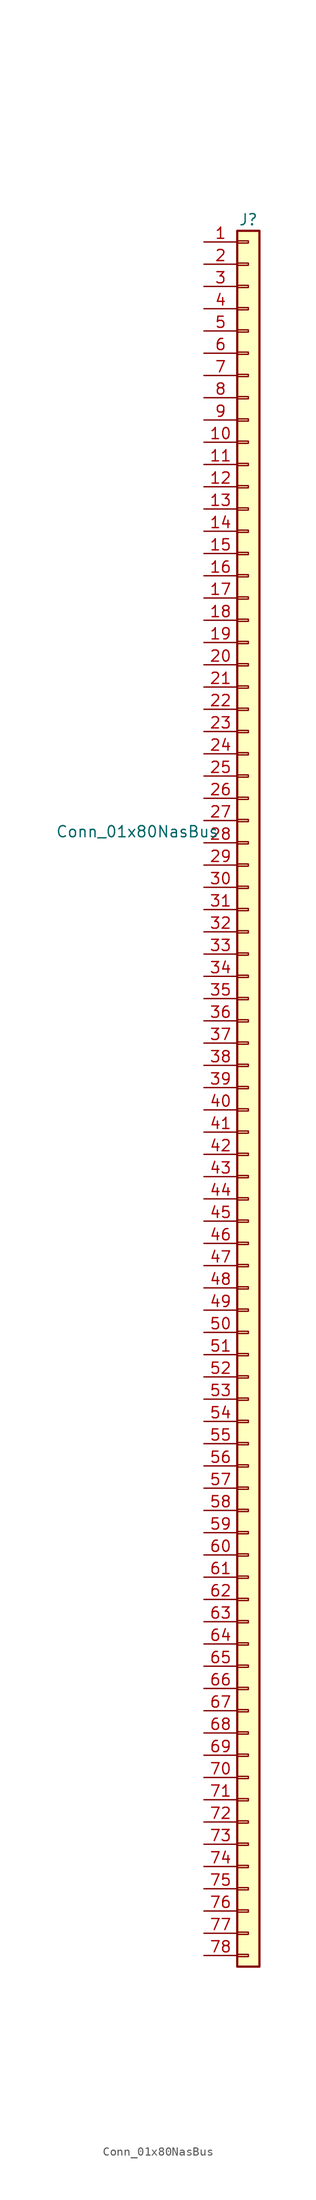
<source format=kicad_sym>
(kicad_symbol_lib
  (version 20241209)
  (generator "kicad_symbol_editor")
  (generator_version "9.0")
  (symbol "Conn_01x80NasBus"
    (pin_names
      (offset 1.016)
      (hide yes))
    (property "Reference" "J"
      (at 5.08 101.6 0)
      (effects (font (size 1.27 1.27))))
    (property "Value" "Conn_01x80NasBus"
      (at -7.62 31.75 0)
      (effects (font (size 1.27 1.27))))
    (symbol "Conn_01x80NasBus_1_1"
      (rectangle (start 3.81 100.33) (end 6.35 -97.79) (stroke (width 0.254) (type default)) (fill (type background)))
      (rectangle (start 3.81 99.187) (end 5.08 98.933) (stroke (width 0.152) (type default)) (fill (type none)))
      (rectangle (start 3.81 96.647) (end 5.08 96.393) (stroke (width 0.152) (type default)) (fill (type none)))
      (rectangle (start 3.81 94.107) (end 5.08 93.853) (stroke (width 0.152) (type default)) (fill (type none)))
      (rectangle (start 3.81 91.567) (end 5.08 91.313) (stroke (width 0.152) (type default)) (fill (type none)))
      (rectangle (start 3.81 89.027) (end 5.08 88.773) (stroke (width 0.152) (type default)) (fill (type none)))
      (rectangle (start 3.81 86.487) (end 5.08 86.233) (stroke (width 0.152) (type default)) (fill (type none)))
      (rectangle (start 3.81 83.947) (end 5.08 83.693) (stroke (width 0.152) (type default)) (fill (type none)))
      (rectangle (start 3.81 81.407) (end 5.08 81.153) (stroke (width 0.152) (type default)) (fill (type none)))
      (rectangle (start 3.81 78.867) (end 5.08 78.613) (stroke (width 0.152) (type default)) (fill (type none)))
      (rectangle (start 3.81 76.327) (end 5.08 76.073) (stroke (width 0.152) (type default)) (fill (type none)))
      (rectangle (start 3.81 73.787) (end 5.08 73.533) (stroke (width 0.152) (type default)) (fill (type none)))
      (rectangle (start 3.81 71.247) (end 5.08 70.993) (stroke (width 0.152) (type default)) (fill (type none)))
      (rectangle (start 3.81 68.707) (end 5.08 68.453) (stroke (width 0.152) (type default)) (fill (type none)))
      (rectangle (start 3.81 66.167) (end 5.08 65.913) (stroke (width 0.152) (type default)) (fill (type none)))
      (rectangle (start 3.81 63.627) (end 5.08 63.373) (stroke (width 0.152) (type default)) (fill (type none)))
      (rectangle (start 3.81 61.087) (end 5.08 60.833) (stroke (width 0.152) (type default)) (fill (type none)))
      (rectangle (start 3.81 58.547) (end 5.08 58.293) (stroke (width 0.152) (type default)) (fill (type none)))
      (rectangle (start 3.81 56.007) (end 5.08 55.753) (stroke (width 0.152) (type default)) (fill (type none)))
      (rectangle (start 3.81 53.467) (end 5.08 53.213) (stroke (width 0.152) (type default)) (fill (type none)))
      (rectangle (start 3.81 50.927) (end 5.08 50.673) (stroke (width 0.152) (type default)) (fill (type none)))
      (rectangle (start 3.81 48.387) (end 5.08 48.133) (stroke (width 0.152) (type default)) (fill (type none)))
      (rectangle (start 3.81 45.847) (end 5.08 45.593) (stroke (width 0.152) (type default)) (fill (type none)))
      (rectangle (start 3.81 43.307) (end 5.08 43.053) (stroke (width 0.152) (type default)) (fill (type none)))
      (rectangle (start 3.81 40.767) (end 5.08 40.513) (stroke (width 0.152) (type default)) (fill (type none)))
      (rectangle (start 3.81 38.227) (end 5.08 37.973) (stroke (width 0.152) (type default)) (fill (type none)))
      (rectangle (start 3.81 35.687) (end 5.08 35.433) (stroke (width 0.152) (type default)) (fill (type none)))
      (rectangle (start 3.81 33.147) (end 5.08 32.893) (stroke (width 0.152) (type default)) (fill (type none)))
      (rectangle (start 3.81 30.607) (end 5.08 30.353) (stroke (width 0.152) (type default)) (fill (type none)))
      (rectangle (start 3.81 28.067) (end 5.08 27.813) (stroke (width 0.152) (type default)) (fill (type none)))
      (rectangle (start 3.81 25.527) (end 5.08 25.273) (stroke (width 0.152) (type default)) (fill (type none)))
      (rectangle (start 3.81 22.987) (end 5.08 22.733) (stroke (width 0.152) (type default)) (fill (type none)))
      (rectangle (start 3.81 20.447) (end 5.08 20.193) (stroke (width 0.152) (type default)) (fill (type none)))
      (rectangle (start 3.81 17.907) (end 5.08 17.653) (stroke (width 0.152) (type default)) (fill (type none)))
      (rectangle (start 3.81 15.367) (end 5.08 15.113) (stroke (width 0.152) (type default)) (fill (type none)))
      (rectangle (start 3.81 12.827) (end 5.08 12.573) (stroke (width 0.152) (type default)) (fill (type none)))
      (rectangle (start 3.81 10.287) (end 5.08 10.033) (stroke (width 0.152) (type default)) (fill (type none)))
      (rectangle (start 3.81 7.747) (end 5.08 7.493) (stroke (width 0.152) (type default)) (fill (type none)))
      (rectangle (start 3.81 5.207) (end 5.08 4.953) (stroke (width 0.152) (type default)) (fill (type none)))
      (rectangle (start 3.81 2.667) (end 5.08 2.413) (stroke (width 0.152) (type default)) (fill (type none)))
      (rectangle (start 3.81 0.127) (end 5.08 -0.127) (stroke (width 0.152) (type default)) (fill (type none)))
      (rectangle (start 3.81 -2.413) (end 5.08 -2.667) (stroke (width 0.152) (type default)) (fill (type none)))
      (rectangle (start 3.81 -4.953) (end 5.08 -5.207) (stroke (width 0.152) (type default)) (fill (type none)))
      (rectangle (start 3.81 -7.493) (end 5.08 -7.747) (stroke (width 0.152) (type default)) (fill (type none)))
      (rectangle (start 3.81 -10.033) (end 5.08 -10.287) (stroke (width 0.152) (type default)) (fill (type none)))
      (rectangle (start 3.81 -12.573) (end 5.08 -12.827) (stroke (width 0.152) (type default)) (fill (type none)))
      (rectangle (start 3.81 -15.113) (end 5.08 -15.367) (stroke (width 0.152) (type default)) (fill (type none)))
      (rectangle (start 3.81 -17.653) (end 5.08 -17.907) (stroke (width 0.152) (type default)) (fill (type none)))
      (rectangle (start 3.81 -20.193) (end 5.08 -20.447) (stroke (width 0.152) (type default)) (fill (type none)))
      (rectangle (start 3.81 -22.733) (end 5.08 -22.987) (stroke (width 0.152) (type default)) (fill (type none)))
      (rectangle (start 3.81 -25.273) (end 5.08 -25.527) (stroke (width 0.152) (type default)) (fill (type none)))
      (rectangle (start 3.81 -27.813) (end 5.08 -28.067) (stroke (width 0.152) (type default)) (fill (type none)))
      (rectangle (start 3.81 -30.353) (end 5.08 -30.607) (stroke (width 0.152) (type default)) (fill (type none)))
      (rectangle (start 3.81 -32.893) (end 5.08 -33.147) (stroke (width 0.152) (type default)) (fill (type none)))
      (rectangle (start 3.81 -35.433) (end 5.08 -35.687) (stroke (width 0.152) (type default)) (fill (type none)))
      (rectangle (start 3.81 -37.973) (end 5.08 -38.227) (stroke (width 0.152) (type default)) (fill (type none)))
      (rectangle (start 3.81 -40.513) (end 5.08 -40.767) (stroke (width 0.152) (type default)) (fill (type none)))
      (rectangle (start 3.81 -43.053) (end 5.08 -43.307) (stroke (width 0.152) (type default)) (fill (type none)))
      (rectangle (start 3.81 -45.593) (end 5.08 -45.847) (stroke (width 0.152) (type default)) (fill (type none)))
      (rectangle (start 3.81 -48.133) (end 5.08 -48.387) (stroke (width 0.152) (type default)) (fill (type none)))
      (rectangle (start 3.81 -50.673) (end 5.08 -50.927) (stroke (width 0.152) (type default)) (fill (type none)))
      (rectangle (start 3.81 -53.213) (end 5.08 -53.467) (stroke (width 0.152) (type default)) (fill (type none)))
      (rectangle (start 3.81 -55.753) (end 5.08 -56.007) (stroke (width 0.152) (type default)) (fill (type none)))
      (rectangle (start 3.81 -58.293) (end 5.08 -58.547) (stroke (width 0.152) (type default)) (fill (type none)))
      (rectangle (start 3.81 -60.833) (end 5.08 -61.087) (stroke (width 0.152) (type default)) (fill (type none)))
      (rectangle (start 3.81 -63.373) (end 5.08 -63.627) (stroke (width 0.152) (type default)) (fill (type none)))
      (rectangle (start 3.81 -65.913) (end 5.08 -66.167) (stroke (width 0.152) (type default)) (fill (type none)))
      (rectangle (start 3.81 -68.453) (end 5.08 -68.707) (stroke (width 0.152) (type default)) (fill (type none)))
      (rectangle (start 3.81 -70.993) (end 5.08 -71.247) (stroke (width 0.152) (type default)) (fill (type none)))
      (rectangle (start 3.81 -73.533) (end 5.08 -73.787) (stroke (width 0.152) (type default)) (fill (type none)))
      (rectangle (start 3.81 -76.073) (end 5.08 -76.327) (stroke (width 0.152) (type default)) (fill (type none)))
      (rectangle (start 3.81 -78.613) (end 5.08 -78.867) (stroke (width 0.152) (type default)) (fill (type none)))
      (rectangle (start 3.81 -81.153) (end 5.08 -81.407) (stroke (width 0.152) (type default)) (fill (type none)))
      (rectangle (start 3.81 -83.693) (end 5.08 -83.947) (stroke (width 0.152) (type default)) (fill (type none)))
      (rectangle (start 3.81 -86.233) (end 5.08 -86.487) (stroke (width 0.152) (type default)) (fill (type none)))
      (rectangle (start 3.81 -88.773) (end 5.08 -89.027) (stroke (width 0.152) (type default)) (fill (type none)))
      (rectangle (start 3.81 -91.313) (end 5.08 -91.567) (stroke (width 0.152) (type default)) (fill (type none)))
      (rectangle (start 3.81 -93.853) (end 5.08 -94.107) (stroke (width 0.152) (type default)) (fill (type none)))
      (rectangle (start 3.81 -96.393) (end 5.08 -96.647) (stroke (width 0.152) (type default)) (fill (type none)))
      (pin passive line (at 0 99.06 0) (length 3.81) (name "Pin_1_0v" (effects (font (size 1.27 1.27)))) (number "1" (effects (font (size 1.27 1.27)))))
      (pin passive line (at 0 96.52 0) (length 3.81) (name "Pin_2_0v" (effects (font (size 1.27 1.27)))) (number "2" (effects (font (size 1.27 1.27)))))
      (pin passive line (at 0 93.98 0) (length 3.81) (name "Pin_3_0v" (effects (font (size 1.27 1.27)))) (number "3" (effects (font (size 1.27 1.27)))))
      (pin passive line (at 0 91.44 0) (length 3.81) (name "Pin_4_0v" (effects (font (size 1.27 1.27)))) (number "4" (effects (font (size 1.27 1.27)))))
      (pin passive line (at 0 88.9 0) (length 3.81) (name "Pin_5" (effects (font (size 1.27 1.27)))) (number "5" (effects (font (size 1.27 1.27)))))
      (pin passive line (at 0 86.36 0) (length 3.81) (name "Pin_6" (effects (font (size 1.27 1.27)))) (number "6" (effects (font (size 1.27 1.27)))))
      (pin passive line (at 0 83.82 0) (length 3.81) (name "Pin_7" (effects (font (size 1.27 1.27)))) (number "7" (effects (font (size 1.27 1.27)))))
      (pin passive line (at 0 81.28 0) (length 3.81) (name "Pin_8" (effects (font (size 1.27 1.27)))) (number "8" (effects (font (size 1.27 1.27)))))
      (pin passive line (at 0 78.74 0) (length 3.81) (name "Pin_9" (effects (font (size 1.27 1.27)))) (number "9" (effects (font (size 1.27 1.27)))))
      (pin passive line (at 0 76.2 0) (length 3.81) (name "Pin_10" (effects (font (size 1.27 1.27)))) (number "10" (effects (font (size 1.27 1.27)))))
      (pin passive line (at 0 73.66 0) (length 3.81) (name "Pin_11" (effects (font (size 1.27 1.27)))) (number "11" (effects (font (size 1.27 1.27)))))
      (pin passive line (at 0 71.12 0) (length 3.81) (name "Pin_12" (effects (font (size 1.27 1.27)))) (number "12" (effects (font (size 1.27 1.27)))))
      (pin passive line (at 0 68.58 0) (length 3.81) (name "Pin_13" (effects (font (size 1.27 1.27)))) (number "13" (effects (font (size 1.27 1.27)))))
      (pin passive line (at 0 66.04 0) (length 3.81) (name "Pin_14" (effects (font (size 1.27 1.27)))) (number "14" (effects (font (size 1.27 1.27)))))
      (pin passive line (at 0 63.5 0) (length 3.81) (name "Pin_15" (effects (font (size 1.27 1.27)))) (number "15" (effects (font (size 1.27 1.27)))))
      (pin passive line (at 0 60.96 0) (length 3.81) (name "Pin_16" (effects (font (size 1.27 1.27)))) (number "16" (effects (font (size 1.27 1.27)))))
      (pin passive line (at 0 58.42 0) (length 3.81) (name "Pin_17" (effects (font (size 1.27 1.27)))) (number "17" (effects (font (size 1.27 1.27)))))
      (pin passive line (at 0 55.88 0) (length 3.81) (name "Pin_18" (effects (font (size 1.27 1.27)))) (number "18" (effects (font (size 1.27 1.27)))))
      (pin passive line (at 0 53.34 0) (length 3.81) (name "Pin_19" (effects (font (size 1.27 1.27)))) (number "19" (effects (font (size 1.27 1.27)))))
      (pin passive line (at 0 50.8 0) (length 3.81) (name "Pin_20" (effects (font (size 1.27 1.27)))) (number "20" (effects (font (size 1.27 1.27)))))
      (pin passive line (at 0 48.26 0) (length 3.81) (name "Pin_21" (effects (font (size 1.27 1.27)))) (number "21" (effects (font (size 1.27 1.27)))))
      (pin passive line (at 0 45.72 0) (length 3.81) (name "Pin_22" (effects (font (size 1.27 1.27)))) (number "22" (effects (font (size 1.27 1.27)))))
      (pin passive line (at 0 43.18 0) (length 3.81) (name "Pin_23" (effects (font (size 1.27 1.27)))) (number "23" (effects (font (size 1.27 1.27)))))
      (pin passive line (at 0 40.64 0) (length 3.81) (name "Pin_24" (effects (font (size 1.27 1.27)))) (number "24" (effects (font (size 1.27 1.27)))))
      (pin passive line (at 0 38.1 0) (length 3.81) (name "Pin_25" (effects (font (size 1.27 1.27)))) (number "25" (effects (font (size 1.27 1.27)))))
      (pin passive line (at 0 35.56 0) (length 3.81) (name "Pin_26" (effects (font (size 1.27 1.27)))) (number "26" (effects (font (size 1.27 1.27)))))
      (pin passive line (at 0 33.02 0) (length 3.81) (name "Pin_27" (effects (font (size 1.27 1.27)))) (number "27" (effects (font (size 1.27 1.27)))))
      (pin passive line (at 0 30.48 0) (length 3.81) (name "Pin_28" (effects (font (size 1.27 1.27)))) (number "28" (effects (font (size 1.27 1.27)))))
      (pin passive line (at 0 27.94 0) (length 3.81) (name "Pin_29" (effects (font (size 1.27 1.27)))) (number "29" (effects (font (size 1.27 1.27)))))
      (pin passive line (at 0 25.4 0) (length 3.81) (name "Pin_30" (effects (font (size 1.27 1.27)))) (number "30" (effects (font (size 1.27 1.27)))))
      (pin passive line (at 0 22.86 0) (length 3.81) (name "Pin_31" (effects (font (size 1.27 1.27)))) (number "31" (effects (font (size 1.27 1.27)))))
      (pin passive line (at 0 20.32 0) (length 3.81) (name "Pin_32" (effects (font (size 1.27 1.27)))) (number "32" (effects (font (size 1.27 1.27)))))
      (pin passive line (at 0 17.78 0) (length 3.81) (name "Pin_33" (effects (font (size 1.27 1.27)))) (number "33" (effects (font (size 1.27 1.27)))))
      (pin passive line (at 0 15.24 0) (length 3.81) (name "Pin_34" (effects (font (size 1.27 1.27)))) (number "34" (effects (font (size 1.27 1.27)))))
      (pin passive line (at 0 12.7 0) (length 3.81) (name "Pin_35" (effects (font (size 1.27 1.27)))) (number "35" (effects (font (size 1.27 1.27)))))
      (pin passive line (at 0 10.16 0) (length 3.81) (name "Pin_36" (effects (font (size 1.27 1.27)))) (number "36" (effects (font (size 1.27 1.27)))))
      (pin passive line (at 0 7.62 0) (length 3.81) (name "Pin_37" (effects (font (size 1.27 1.27)))) (number "37" (effects (font (size 1.27 1.27)))))
      (pin passive line (at 0 5.08 0) (length 3.81) (name "Pin_38" (effects (font (size 1.27 1.27)))) (number "38" (effects (font (size 1.27 1.27)))))
      (pin passive line (at 0 2.54 0) (length 3.81) (name "Pin_39" (effects (font (size 1.27 1.27)))) (number "39" (effects (font (size 1.27 1.27)))))
      (pin passive line (at 0 0 0) (length 3.81) (name "Pin_40" (effects (font (size 1.27 1.27)))) (number "40" (effects (font (size 1.27 1.27)))))
      (pin passive line (at 0 -2.54 0) (length 3.81) (name "Pin_41" (effects (font (size 1.27 1.27)))) (number "41" (effects (font (size 1.27 1.27)))))
      (pin passive line (at 0 -5.08 0) (length 3.81) (name "Pin_42" (effects (font (size 1.27 1.27)))) (number "42" (effects (font (size 1.27 1.27)))))
      (pin passive line (at 0 -7.62 0) (length 3.81) (name "Pin_43" (effects (font (size 1.27 1.27)))) (number "43" (effects (font (size 1.27 1.27)))))
      (pin passive line (at 0 -10.16 0) (length 3.81) (name "Pin_44" (effects (font (size 1.27 1.27)))) (number "44" (effects (font (size 1.27 1.27)))))
      (pin passive line (at 0 -12.7 0) (length 3.81) (name "Pin_45" (effects (font (size 1.27 1.27)))) (number "45" (effects (font (size 1.27 1.27)))))
      (pin passive line (at 0 -15.24 0) (length 3.81) (name "Pin_46" (effects (font (size 1.27 1.27)))) (number "46" (effects (font (size 1.27 1.27)))))
      (pin passive line (at 0 -17.78 0) (length 3.81) (name "Pin_47" (effects (font (size 1.27 1.27)))) (number "47" (effects (font (size 1.27 1.27)))))
      (pin passive line (at 0 -20.32 0) (length 3.81) (name "Pin_48" (effects (font (size 1.27 1.27)))) (number "48" (effects (font (size 1.27 1.27)))))
      (pin passive line (at 0 -22.86 0) (length 3.81) (name "Pin_49" (effects (font (size 1.27 1.27)))) (number "49" (effects (font (size 1.27 1.27)))))
      (pin passive line (at 0 -25.4 0) (length 3.81) (name "Pin_50" (effects (font (size 1.27 1.27)))) (number "50" (effects (font (size 1.27 1.27)))))
      (pin passive line (at 0 -27.94 0) (length 3.81) (name "Pin_51" (effects (font (size 1.27 1.27)))) (number "51" (effects (font (size 1.27 1.27)))))
      (pin passive line (at 0 -30.48 0) (length 3.81) (name "Pin_52" (effects (font (size 1.27 1.27)))) (number "52" (effects (font (size 1.27 1.27)))))
      (pin passive line (at 0 -33.02 0) (length 3.81) (name "Pin_53" (effects (font (size 1.27 1.27)))) (number "53" (effects (font (size 1.27 1.27)))))
      (pin passive line (at 0 -35.56 0) (length 3.81) (name "Pin_54" (effects (font (size 1.27 1.27)))) (number "54" (effects (font (size 1.27 1.27)))))
      (pin passive line (at 0 -38.1 0) (length 3.81) (name "Pin_55" (effects (font (size 1.27 1.27)))) (number "55" (effects (font (size 1.27 1.27)))))
      (pin passive line (at 0 -40.64 0) (length 3.81) (name "Pin_56" (effects (font (size 1.27 1.27)))) (number "56" (effects (font (size 1.27 1.27)))))
      (pin passive line (at 0 -43.18 0) (length 3.81) (name "Pin_57" (effects (font (size 1.27 1.27)))) (number "57" (effects (font (size 1.27 1.27)))))
      (pin passive line (at 0 -45.72 0) (length 3.81) (name "Pin_58" (effects (font (size 1.27 1.27)))) (number "58" (effects (font (size 1.27 1.27)))))
      (pin passive line (at 0 -48.26 0) (length 3.81) (name "Pin_59" (effects (font (size 1.27 1.27)))) (number "59" (effects (font (size 1.27 1.27)))))
      (pin passive line (at 0 -50.8 0) (length 3.81) (name "Pin_60" (effects (font (size 1.27 1.27)))) (number "60" (effects (font (size 1.27 1.27)))))
      (pin passive line (at 0 -53.34 0) (length 3.81) (name "Pin_61" (effects (font (size 1.27 1.27)))) (number "61" (effects (font (size 1.27 1.27)))))
      (pin passive line (at 0 -55.88 0) (length 3.81) (name "Pin_62" (effects (font (size 1.27 1.27)))) (number "62" (effects (font (size 1.27 1.27)))))
      (pin passive line (at 0 -58.42 0) (length 3.81) (name "Pin_63" (effects (font (size 1.27 1.27)))) (number "63" (effects (font (size 1.27 1.27)))))
      (pin passive line (at 0 -60.96 0) (length 3.81) (name "Pin_64" (effects (font (size 1.27 1.27)))) (number "64" (effects (font (size 1.27 1.27)))))
      (pin passive line (at 0 -63.5 0) (length 3.81) (name "Pin_65" (effects (font (size 1.27 1.27)))) (number "65" (effects (font (size 1.27 1.27)))))
      (pin passive line (at 0 -66.04 0) (length 3.81) (name "Pin_66" (effects (font (size 1.27 1.27)))) (number "66" (effects (font (size 1.27 1.27)))))
      (pin passive line (at 0 -68.58 0) (length 3.81) (name "Pin_67" (effects (font (size 1.27 1.27)))) (number "67" (effects (font (size 1.27 1.27)))))
      (pin passive line (at 0 -71.12 0) (length 3.81) (name "Pin_68_-5v" (effects (font (size 1.27 1.27)))) (number "68" (effects (font (size 1.27 1.27)))))
      (pin passive line (at 0 -73.66 0) (length 3.81) (name "Pin_69_-5v" (effects (font (size 1.27 1.27)))) (number "69" (effects (font (size 1.27 1.27)))))
      (pin passive line (at 0 -76.2 0) (length 3.81) (name "Pin_70_-12v" (effects (font (size 1.27 1.27)))) (number "70" (effects (font (size 1.27 1.27)))))
      (pin passive line (at 0 -78.74 0) (length 3.81) (name "Pin_71_-12v" (effects (font (size 1.27 1.27)))) (number "71" (effects (font (size 1.27 1.27)))))
      (pin passive line (at 0 -81.28 0) (length 3.81) (name "Pin_72" (effects (font (size 1.27 1.27)))) (number "72" (effects (font (size 1.27 1.27)))))
      (pin passive line (at 0 -83.82 0) (length 3.81) (name "Pin_73_+12v" (effects (font (size 1.27 1.27)))) (number "73" (effects (font (size 1.27 1.27)))))
      (pin passive line (at 0 -86.36 0) (length 3.81) (name "Pin_74_+12v" (effects (font (size 1.27 1.27)))) (number "74" (effects (font (size 1.27 1.27)))))
      (pin passive line (at 0 -88.9 0) (length 3.81) (name "Pin_75_+5v" (effects (font (size 1.27 1.27)))) (number "75" (effects (font (size 1.27 1.27)))))
      (pin passive line (at 0 -91.44 0) (length 3.81) (name "Pin_76_+5v" (effects (font (size 1.27 1.27)))) (number "76" (effects (font (size 1.27 1.27)))))
      (pin passive line (at 0 -93.98 0) (length 3.81) (name "Pin_77__+5v" (effects (font (size 1.27 1.27)))) (number "77" (effects (font (size 1.27 1.27)))))
      (pin passive line (at 0 -96.52 0) (length 3.81) (name "Pin_78__+5v" (effects (font (size 1.27 1.27)))) (number "78" (effects (font (size 1.27 1.27))))))))
</source>
